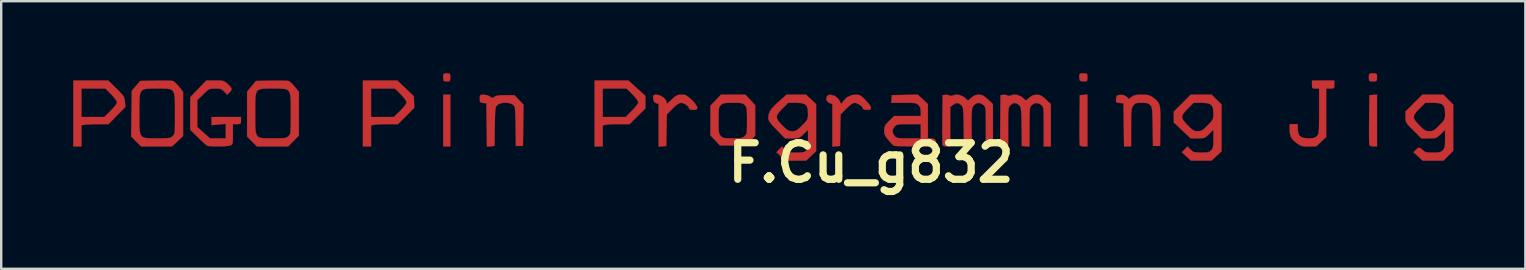
<source format=kicad_pcb>
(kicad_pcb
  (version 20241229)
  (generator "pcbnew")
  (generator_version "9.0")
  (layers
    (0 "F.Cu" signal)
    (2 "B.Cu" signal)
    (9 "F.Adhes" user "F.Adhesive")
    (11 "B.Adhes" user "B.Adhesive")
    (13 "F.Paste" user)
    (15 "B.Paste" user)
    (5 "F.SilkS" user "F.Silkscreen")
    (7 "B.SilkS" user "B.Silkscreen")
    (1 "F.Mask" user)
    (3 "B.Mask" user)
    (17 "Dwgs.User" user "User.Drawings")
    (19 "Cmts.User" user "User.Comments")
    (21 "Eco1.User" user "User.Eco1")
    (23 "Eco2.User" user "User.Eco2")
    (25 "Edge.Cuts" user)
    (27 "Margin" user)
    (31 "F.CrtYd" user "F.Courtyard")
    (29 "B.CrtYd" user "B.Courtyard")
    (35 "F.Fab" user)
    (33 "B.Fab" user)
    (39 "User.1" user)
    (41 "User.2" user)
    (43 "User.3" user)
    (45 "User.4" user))
  (footprint "F.Cu_g832"
    (layer "F.Cu")
    (at 33.237 3.73)
    (property "Reference" "F.Cu_g832" (at 0 0 0) (layer "F.SilkS") (effects (font (size 1.524 1.524) (thickness 0.3))))
    (attr through_hole)
    (fp_poly (pts (xy -17.526 -0.677) (xy -17.822 -0.677) (xy -17.822 -2.836) (xy -17.526 -2.836) (xy -17.526 -0.677)) (stroke (width 0.01) (type solid)) (fill yes) (layer "F.Cu"))
    (fp_poly (pts (xy 9.017 -0.677) (xy 8.868 -0.677) (xy 8.763 -0.691) (xy 8.701 -0.725) (xy 8.697 -0.731) (xy 8.692 -0.787) (xy 8.688 -0.915) (xy 8.686 -1.103) (xy 8.685 -1.339) (xy 8.686 -1.609) (xy 8.688 -1.8) (xy 8.7 -2.815) (xy 8.858 -2.828) (xy 9.017 -2.841) (xy 9.017 -0.677)) (stroke (width 0.01) (type solid)) (fill yes) (layer "F.Cu"))
    (fp_poly (pts (xy 21.082 -0.677) (xy 20.933 -0.677) (xy 20.828 -0.691) (xy 20.766 -0.725) (xy 20.762 -0.731) (xy 20.757 -0.787) (xy 20.753 -0.915) (xy 20.751 -1.103) (xy 20.75 -1.339) (xy 20.751 -1.609) (xy 20.753 -1.8) (xy 20.765 -2.815) (xy 20.923 -2.828) (xy 21.082 -2.841) (xy 21.082 -0.677)) (stroke (width 0.01) (type solid)) (fill yes) (layer "F.Cu"))
    (fp_poly (pts (xy -17.579 -3.72) (xy -17.537 -3.689) (xy -17.526 -3.606) (xy -17.526 -3.556) (xy -17.53 -3.448) (xy -17.558 -3.399) (xy -17.63 -3.387) (xy -17.674 -3.387) (xy -17.769 -3.392) (xy -17.811 -3.423) (xy -17.822 -3.506) (xy -17.822 -3.556) (xy -17.818 -3.664) (xy -17.79 -3.713) (xy -17.718 -3.725) (xy -17.674 -3.725) (xy -17.579 -3.72)) (stroke (width 0.01) (type solid)) (fill yes) (layer "F.Cu"))
    (fp_poly (pts (xy 21.021 -3.721) (xy 21.069 -3.693) (xy 21.082 -3.615) (xy 21.082 -3.556) (xy 21.078 -3.448) (xy 21.049 -3.399) (xy 20.972 -3.387) (xy 20.913 -3.387) (xy 20.804 -3.391) (xy 20.756 -3.419) (xy 20.744 -3.497) (xy 20.743 -3.556) (xy 20.747 -3.664) (xy 20.776 -3.713) (xy 20.853 -3.725) (xy 20.913 -3.725) (xy 21.021 -3.721)) (stroke (width 0.01) (type solid)) (fill yes) (layer "F.Cu"))
    (fp_poly (pts (xy 8.956 -3.721) (xy 9.004 -3.693) (xy 9.017 -3.615) (xy 9.017 -3.556) (xy 9.012 -3.448) (xy 8.985 -3.399) (xy 8.914 -3.387) (xy 8.876 -3.387) (xy 8.771 -3.394) (xy 8.708 -3.413) (xy 8.707 -3.415) (xy 8.687 -3.473) (xy 8.678 -3.576) (xy 8.678 -3.584) (xy 8.684 -3.675) (xy 8.717 -3.715) (xy 8.802 -3.725) (xy 8.848 -3.725) (xy 8.956 -3.721)) (stroke (width 0.01) (type solid)) (fill yes) (layer "F.Cu"))
    (fp_poly (pts (xy -9.753 -3.106) (xy -9.398 -2.784) (xy -9.398 -2.263) (xy -10.056 -1.609) (xy -10.484 -1.609) (xy -10.681 -1.606) (xy -10.861 -1.599) (xy -10.996 -1.589) (xy -11.044 -1.582) (xy -11.176 -1.556) (xy -11.176 -0.677) (xy -11.515 -0.677) (xy -11.515 -3.09) (xy -11.176 -3.09) (xy -11.176 -1.905) (xy -10.226 -1.905) (xy -9.96 -2.168) (xy -9.836 -2.3) (xy -9.744 -2.417) (xy -9.698 -2.5) (xy -9.694 -2.516) (xy -9.723 -2.585) (xy -9.798 -2.691) (xy -9.906 -2.815) (xy -9.936 -2.846) (xy -10.179 -3.09) (xy -11.176 -3.09) (xy -11.515 -3.09) (xy -11.515 -3.429) (xy -10.109 -3.429) (xy -9.753 -3.106)) (stroke (width 0.01) (type solid)) (fill yes) (layer "F.Cu"))
    (fp_poly (pts (xy -19.392 -3.101) (xy -19.044 -2.773) (xy -19.029 -2.288) (xy -19.367 -1.948) (xy -19.704 -1.609) (xy -20.134 -1.609) (xy -20.332 -1.606) (xy -20.512 -1.599) (xy -20.648 -1.589) (xy -20.696 -1.582) (xy -20.828 -1.556) (xy -20.828 -0.677) (xy -21.167 -0.677) (xy -21.167 -3.09) (xy -20.828 -3.09) (xy -20.828 -1.905) (xy -19.878 -1.905) (xy -19.612 -2.168) (xy -19.488 -2.3) (xy -19.396 -2.417) (xy -19.35 -2.5) (xy -19.346 -2.516) (xy -19.375 -2.585) (xy -19.45 -2.691) (xy -19.558 -2.815) (xy -19.588 -2.846) (xy -19.831 -3.09) (xy -20.828 -3.09) (xy -21.167 -3.09) (xy -21.167 -3.429) (xy -19.739 -3.429) (xy -19.392 -3.101)) (stroke (width 0.01) (type solid)) (fill yes) (layer "F.Cu"))
    (fp_poly (pts (xy -31.442 -3.097) (xy -31.294 -2.95) (xy -31.196 -2.843) (xy -31.136 -2.76) (xy -31.104 -2.683) (xy -31.088 -2.594) (xy -31.083 -2.547) (xy -31.062 -2.329) (xy -31.413 -1.969) (xy -31.765 -1.609) (xy -32.197 -1.609) (xy -32.395 -1.606) (xy -32.575 -1.599) (xy -32.712 -1.589) (xy -32.761 -1.582) (xy -32.893 -1.556) (xy -32.893 -0.677) (xy -33.232 -0.677) (xy -33.232 -3.09) (xy -32.893 -3.09) (xy -32.893 -1.905) (xy -31.943 -1.905) (xy -31.677 -2.168) (xy -31.553 -2.3) (xy -31.461 -2.417) (xy -31.415 -2.5) (xy -31.411 -2.516) (xy -31.44 -2.585) (xy -31.515 -2.691) (xy -31.623 -2.815) (xy -31.653 -2.846) (xy -31.896 -3.09) (xy -32.893 -3.09) (xy -33.232 -3.09) (xy -33.232 -3.429) (xy -31.781 -3.429) (xy -31.442 -3.097)) (stroke (width 0.01) (type solid)) (fill yes) (layer "F.Cu"))
    (fp_poly (pts (xy -0.531 -2.83) (xy -0.449 -2.801) (xy -0.36 -2.737) (xy -0.241 -2.625) (xy -0.226 -2.61) (xy -0.106 -2.477) (xy -0.026 -2.364) (xy 0 -2.292) (xy -0.012 -2.233) (xy -0.064 -2.207) (xy -0.169 -2.201) (xy -0.289 -2.213) (xy -0.337 -2.249) (xy -0.339 -2.262) (xy -0.374 -2.333) (xy -0.462 -2.408) (xy -0.573 -2.47) (xy -0.678 -2.498) (xy -0.685 -2.498) (xy -0.783 -2.462) (xy -0.921 -2.355) (xy -1.027 -2.254) (xy -1.268 -2.011) (xy -1.279 -1.355) (xy -1.291 -0.699) (xy -1.45 -0.685) (xy -1.609 -0.672) (xy -1.609 -2.454) (xy -1.715 -2.48) (xy -1.81 -2.536) (xy -1.858 -2.624) (xy -1.857 -2.721) (xy -1.81 -2.799) (xy -1.716 -2.835) (xy -1.705 -2.835) (xy -1.522 -2.793) (xy -1.375 -2.678) (xy -1.312 -2.583) (xy -1.241 -2.445) (xy -1.146 -2.578) (xy -0.987 -2.736) (xy -0.785 -2.821) (xy -0.631 -2.836) (xy -0.531 -2.83)) (stroke (width 0.01) (type solid)) (fill yes) (layer "F.Cu"))
    (fp_poly (pts (xy -7.787 -2.831) (xy -7.701 -2.805) (xy -7.611 -2.746) (xy -7.493 -2.641) (xy -7.469 -2.619) (xy -7.323 -2.464) (xy -7.249 -2.346) (xy -7.239 -2.301) (xy -7.249 -2.237) (xy -7.296 -2.208) (xy -7.402 -2.201) (xy -7.408 -2.201) (xy -7.529 -2.213) (xy -7.576 -2.25) (xy -7.578 -2.262) (xy -7.614 -2.339) (xy -7.703 -2.417) (xy -7.815 -2.477) (xy -7.913 -2.498) (xy -8.001 -2.473) (xy -8.115 -2.395) (xy -8.264 -2.256) (xy -8.266 -2.254) (xy -8.507 -2.011) (xy -8.518 -1.355) (xy -8.53 -0.699) (xy -8.689 -0.685) (xy -8.848 -0.672) (xy -8.848 -2.454) (xy -8.949 -2.479) (xy -9.032 -2.529) (xy -9.071 -2.638) (xy -9.071 -2.639) (xy -9.081 -2.758) (xy -9.052 -2.817) (xy -8.973 -2.836) (xy -8.94 -2.836) (xy -8.8 -2.807) (xy -8.664 -2.732) (xy -8.561 -2.632) (xy -8.526 -2.561) (xy -8.499 -2.453) (xy -8.294 -2.645) (xy -8.174 -2.751) (xy -8.081 -2.809) (xy -7.987 -2.832) (xy -7.894 -2.836) (xy -7.787 -2.831)) (stroke (width 0.01) (type solid)) (fill yes) (layer "F.Cu"))
    (fp_poly (pts (xy 19.304 -3.26) (xy 19.3 -3.151) (xy 19.271 -3.103) (xy 19.194 -3.091) (xy 19.135 -3.09) (xy 18.965 -3.09) (xy 18.965 -1.07) (xy 18.755 -0.874) (xy 18.546 -0.677) (xy 18.232 -0.677) (xy 18.065 -0.68) (xy 17.951 -0.696) (xy 17.86 -0.732) (xy 17.759 -0.8) (xy 17.72 -0.829) (xy 17.572 -0.959) (xy 17.487 -1.089) (xy 17.448 -1.248) (xy 17.441 -1.4) (xy 17.441 -1.609) (xy 17.78 -1.609) (xy 17.78 -1.404) (xy 17.801 -1.227) (xy 17.869 -1.109) (xy 17.994 -1.041) (xy 18.185 -1.017) (xy 18.23 -1.016) (xy 18.385 -1.022) (xy 18.485 -1.045) (xy 18.557 -1.094) (xy 18.577 -1.114) (xy 18.607 -1.149) (xy 18.63 -1.19) (xy 18.646 -1.249) (xy 18.657 -1.336) (xy 18.664 -1.464) (xy 18.667 -1.643) (xy 18.669 -1.886) (xy 18.669 -2.151) (xy 18.669 -3.09) (xy 18.521 -3.09) (xy 18.426 -3.095) (xy 18.384 -3.127) (xy 18.373 -3.21) (xy 18.373 -3.26) (xy 18.373 -3.429) (xy 19.304 -3.429) (xy 19.304 -3.26)) (stroke (width 0.01) (type solid)) (fill yes) (layer "F.Cu"))
    (fp_poly (pts (xy -15.974 -2.81) (xy -15.869 -2.755) (xy -15.794 -2.702) (xy -15.742 -2.704) (xy -15.691 -2.744) (xy -15.629 -2.781) (xy -15.532 -2.803) (xy -15.381 -2.813) (xy -15.233 -2.815) (xy -14.853 -2.815) (xy -14.476 -2.416) (xy -14.488 -1.557) (xy -14.499 -0.699) (xy -14.796 -0.699) (xy -14.807 -1.518) (xy -14.811 -1.801) (xy -14.816 -2.012) (xy -14.824 -2.162) (xy -14.834 -2.265) (xy -14.85 -2.332) (xy -14.872 -2.375) (xy -14.902 -2.407) (xy -14.913 -2.416) (xy -15.038 -2.477) (xy -15.201 -2.501) (xy -15.37 -2.49) (xy -15.512 -2.444) (xy -15.57 -2.401) (xy -15.602 -2.362) (xy -15.626 -2.315) (xy -15.643 -2.248) (xy -15.655 -2.147) (xy -15.663 -2) (xy -15.668 -1.794) (xy -15.673 -1.517) (xy -15.673 -1.501) (xy -15.684 -0.699) (xy -15.842 -0.685) (xy -16 -0.672) (xy -16.012 -1.574) (xy -16.023 -2.477) (xy -16.161 -2.49) (xy -16.25 -2.505) (xy -16.289 -2.546) (xy -16.298 -2.639) (xy -16.298 -2.67) (xy -16.294 -2.777) (xy -16.265 -2.824) (xy -16.186 -2.836) (xy -16.134 -2.836) (xy -15.974 -2.81)) (stroke (width 0.01) (type solid)) (fill yes) (layer "F.Cu"))
    (fp_poly (pts (xy -5.029 -2.62) (xy -4.826 -2.403) (xy -4.826 -1.134) (xy -4.999 -0.927) (xy -5.173 -0.72) (xy -6.296 -0.72) (xy -6.492 -0.93) (xy -6.689 -1.139) (xy -6.689 -1.763) (xy -6.35 -1.763) (xy -6.349 -1.535) (xy -6.344 -1.375) (xy -6.334 -1.268) (xy -6.315 -1.197) (xy -6.285 -1.146) (xy -6.258 -1.114) (xy -6.207 -1.068) (xy -6.147 -1.039) (xy -6.057 -1.023) (xy -5.917 -1.017) (xy -5.763 -1.016) (xy -5.57 -1.018) (xy -5.441 -1.027) (xy -5.356 -1.047) (xy -5.295 -1.08) (xy -5.263 -1.108) (xy -5.222 -1.151) (xy -5.195 -1.2) (xy -5.178 -1.272) (xy -5.169 -1.384) (xy -5.165 -1.549) (xy -5.165 -1.751) (xy -5.166 -1.979) (xy -5.17 -2.139) (xy -5.181 -2.246) (xy -5.2 -2.317) (xy -5.229 -2.368) (xy -5.257 -2.4) (xy -5.308 -2.446) (xy -5.368 -2.475) (xy -5.458 -2.49) (xy -5.597 -2.497) (xy -5.751 -2.498) (xy -5.945 -2.495) (xy -6.074 -2.487) (xy -6.159 -2.467) (xy -6.22 -2.433) (xy -6.252 -2.406) (xy -6.292 -2.363) (xy -6.32 -2.314) (xy -6.337 -2.241) (xy -6.346 -2.13) (xy -6.349 -1.964) (xy -6.35 -1.763) (xy -6.689 -1.763) (xy -6.689 -2.376) (xy -6.253 -2.836) (xy -5.232 -2.836) (xy -5.029 -2.62)) (stroke (width 0.01) (type solid)) (fill yes) (layer "F.Cu"))
    (fp_poly (pts (xy -27.151 -3.428) (xy -27.034 -3.418) (xy -26.952 -3.394) (xy -26.88 -3.348) (xy -26.797 -3.276) (xy -26.685 -3.165) (xy -26.638 -3.084) (xy -26.652 -3.012) (xy -26.723 -2.931) (xy -26.726 -2.928) (xy -26.824 -2.836) (xy -26.945 -2.963) (xy -27.024 -3.036) (xy -27.104 -3.074) (xy -27.215 -3.089) (xy -27.322 -3.09) (xy -27.45 -3.088) (xy -27.541 -3.074) (xy -27.619 -3.034) (xy -27.709 -2.959) (xy -27.822 -2.848) (xy -28.067 -2.606) (xy -28.067 -1.488) (xy -27.802 -1.252) (xy -27.538 -1.016) (xy -27.21 -1.016) (xy -26.882 -1.016) (xy -26.882 -1.621) (xy -27.178 -1.593) (xy -27.474 -1.566) (xy -27.474 -1.905) (xy -26.247 -1.905) (xy -26.247 -1.757) (xy -26.252 -1.662) (xy -26.283 -1.62) (xy -26.366 -1.609) (xy -26.416 -1.609) (xy -26.585 -1.609) (xy -26.585 -1.184) (xy -26.586 -0.991) (xy -26.591 -0.866) (xy -26.605 -0.792) (xy -26.631 -0.751) (xy -26.673 -0.727) (xy -26.694 -0.719) (xy -26.783 -0.702) (xy -26.931 -0.689) (xy -27.112 -0.683) (xy -27.3 -0.681) (xy -27.471 -0.686) (xy -27.598 -0.697) (xy -27.644 -0.707) (xy -27.699 -0.744) (xy -27.798 -0.829) (xy -27.926 -0.947) (xy -28.035 -1.052) (xy -28.363 -1.374) (xy -28.362 -2.052) (xy -28.361 -2.731) (xy -27.688 -3.429) (xy -27.327 -3.429) (xy -27.151 -3.428)) (stroke (width 0.01) (type solid)) (fill yes) (layer "F.Cu"))
    (fp_poly (pts (xy 11.452 -2.833) (xy 11.565 -2.817) (xy 11.657 -2.779) (xy 11.757 -2.711) (xy 11.776 -2.697) (xy 11.87 -2.622) (xy 11.941 -2.553) (xy 11.992 -2.476) (xy 12.026 -2.378) (xy 12.046 -2.247) (xy 12.056 -2.07) (xy 12.057 -1.834) (xy 12.054 -1.526) (xy 12.054 -1.524) (xy 12.044 -0.699) (xy 11.748 -0.699) (xy 11.736 -1.501) (xy 11.731 -1.782) (xy 11.726 -1.991) (xy 11.718 -2.141) (xy 11.707 -2.244) (xy 11.69 -2.313) (xy 11.667 -2.36) (xy 11.635 -2.399) (xy 11.633 -2.401) (xy 11.566 -2.456) (xy 11.481 -2.486) (xy 11.35 -2.497) (xy 11.277 -2.498) (xy 11.128 -2.494) (xy 11.037 -2.478) (xy 10.976 -2.438) (xy 10.925 -2.375) (xy 10.894 -2.326) (xy 10.871 -2.269) (xy 10.856 -2.192) (xy 10.846 -2.08) (xy 10.84 -1.922) (xy 10.838 -1.703) (xy 10.837 -1.465) (xy 10.837 -0.677) (xy 10.543 -0.677) (xy 10.531 -1.577) (xy 10.52 -2.477) (xy 10.359 -2.49) (xy 10.254 -2.503) (xy 10.212 -2.538) (xy 10.207 -2.619) (xy 10.211 -2.659) (xy 10.226 -2.761) (xy 10.266 -2.808) (xy 10.358 -2.826) (xy 10.387 -2.829) (xy 10.529 -2.821) (xy 10.636 -2.761) (xy 10.649 -2.749) (xy 10.748 -2.657) (xy 10.862 -2.747) (xy 10.943 -2.796) (xy 11.043 -2.824) (xy 11.19 -2.835) (xy 11.284 -2.836) (xy 11.452 -2.833)) (stroke (width 0.01) (type solid)) (fill yes) (layer "F.Cu"))
    (fp_poly (pts (xy -29.384 -3.422) (xy -29.22 -3.419) (xy -29.115 -3.412) (xy -29.094 -3.409) (xy -29.019 -3.364) (xy -28.918 -3.272) (xy -28.829 -3.171) (xy -28.66 -2.956) (xy -28.66 -1.113) (xy -28.89 -0.895) (xy -29.12 -0.677) (xy -30.407 -0.677) (xy -30.823 -1.093) (xy -30.81 -2.045) (xy -30.806 -2.38) (xy -30.48 -2.38) (xy -30.48 -2.059) (xy -30.48 -1.735) (xy -30.476 -1.487) (xy -30.462 -1.303) (xy -30.429 -1.174) (xy -30.372 -1.091) (xy -30.282 -1.043) (xy -30.155 -1.022) (xy -29.981 -1.016) (xy -29.756 -1.016) (xy -29.745 -1.016) (xy -29.517 -1.017) (xy -29.357 -1.022) (xy -29.25 -1.032) (xy -29.179 -1.051) (xy -29.128 -1.081) (xy -29.096 -1.108) (xy -29.063 -1.142) (xy -29.038 -1.181) (xy -29.021 -1.236) (xy -29.009 -1.32) (xy -29.003 -1.446) (xy -28.999 -1.624) (xy -28.998 -1.868) (xy -28.998 -2.047) (xy -28.998 -2.371) (xy -29.002 -2.62) (xy -29.017 -2.804) (xy -29.049 -2.932) (xy -29.107 -3.015) (xy -29.196 -3.063) (xy -29.324 -3.085) (xy -29.497 -3.091) (xy -29.723 -3.09) (xy -29.733 -3.09) (xy -29.966 -3.091) (xy -30.145 -3.085) (xy -30.277 -3.064) (xy -30.368 -3.018) (xy -30.428 -2.936) (xy -30.461 -2.809) (xy -30.476 -2.627) (xy -30.48 -2.38) (xy -30.806 -2.38) (xy -30.797 -2.997) (xy -30.449 -3.408) (xy -29.819 -3.42) (xy -29.589 -3.423) (xy -29.384 -3.422)) (stroke (width 0.01) (type solid)) (fill yes) (layer "F.Cu"))
    (fp_poly (pts (xy -24.56 -3.422) (xy -24.397 -3.419) (xy -24.293 -3.413) (xy -24.271 -3.41) (xy -24.198 -3.366) (xy -24.099 -3.274) (xy -24.007 -3.17) (xy -23.834 -2.952) (xy -23.834 -1.13) (xy -24.06 -0.904) (xy -24.286 -0.677) (xy -25.581 -0.677) (xy -25.787 -0.883) (xy -25.993 -1.089) (xy -25.993 -2.38) (xy -25.654 -2.38) (xy -25.654 -2.059) (xy -25.654 -1.735) (xy -25.65 -1.487) (xy -25.636 -1.303) (xy -25.603 -1.174) (xy -25.546 -1.091) (xy -25.456 -1.043) (xy -25.329 -1.022) (xy -25.155 -1.016) (xy -24.93 -1.016) (xy -24.919 -1.016) (xy -24.691 -1.017) (xy -24.531 -1.022) (xy -24.424 -1.032) (xy -24.353 -1.051) (xy -24.302 -1.081) (xy -24.27 -1.108) (xy -24.237 -1.142) (xy -24.212 -1.181) (xy -24.195 -1.236) (xy -24.183 -1.32) (xy -24.177 -1.446) (xy -24.173 -1.624) (xy -24.172 -1.868) (xy -24.172 -2.047) (xy -24.172 -2.371) (xy -24.176 -2.62) (xy -24.191 -2.804) (xy -24.223 -2.932) (xy -24.281 -3.015) (xy -24.37 -3.063) (xy -24.498 -3.085) (xy -24.671 -3.091) (xy -24.897 -3.09) (xy -24.907 -3.09) (xy -25.14 -3.091) (xy -25.319 -3.085) (xy -25.451 -3.064) (xy -25.542 -3.018) (xy -25.602 -2.936) (xy -25.635 -2.809) (xy -25.65 -2.627) (xy -25.654 -2.38) (xy -25.993 -2.38) (xy -25.993 -2.96) (xy -25.81 -3.184) (xy -25.628 -3.408) (xy -24.995 -3.42) (xy -24.766 -3.423) (xy -24.56 -3.422)) (stroke (width 0.01) (type solid)) (fill yes) (layer "F.Cu"))
    (fp_poly (pts (xy 2.371 -2.444) (xy 2.371 -1.021) (xy 2.529 -1.008) (xy 2.633 -0.993) (xy 2.678 -0.956) (xy 2.688 -0.869) (xy 2.688 -0.847) (xy 2.688 -0.699) (xy 1.841 -0.688) (xy 1.58 -0.686) (xy 1.347 -0.688) (xy 1.156 -0.692) (xy 1.019 -0.699) (xy 0.952 -0.708) (xy 0.948 -0.709) (xy 0.897 -0.756) (xy 0.812 -0.847) (xy 0.726 -0.944) (xy 0.625 -1.071) (xy 0.572 -1.171) (xy 0.557 -1.251) (xy 0.902 -1.251) (xy 0.979 -1.116) (xy 0.981 -1.114) (xy 1.026 -1.072) (xy 1.078 -1.044) (xy 1.155 -1.027) (xy 1.274 -1.019) (xy 1.452 -1.016) (xy 1.574 -1.016) (xy 2.074 -1.016) (xy 2.074 -1.609) (xy 1.58 -1.609) (xy 1.364 -1.607) (xy 1.216 -1.601) (xy 1.118 -1.588) (xy 1.052 -1.565) (xy 1.002 -1.53) (xy 0.987 -1.517) (xy 0.905 -1.39) (xy 0.902 -1.251) (xy 0.557 -1.251) (xy 0.552 -1.277) (xy 0.55 -1.342) (xy 0.556 -1.453) (xy 0.584 -1.539) (xy 0.647 -1.627) (xy 0.756 -1.742) (xy 0.962 -1.947) (xy 1.518 -1.947) (xy 2.074 -1.947) (xy 2.074 -2.13) (xy 2.058 -2.279) (xy 1.999 -2.383) (xy 1.976 -2.406) (xy 1.928 -2.445) (xy 1.87 -2.471) (xy 1.786 -2.487) (xy 1.659 -2.495) (xy 1.472 -2.497) (xy 1.36 -2.498) (xy 0.842 -2.498) (xy 0.868 -2.815) (xy 1.408 -2.827) (xy 1.948 -2.839) (xy 2.371 -2.444)) (stroke (width 0.01) (type solid)) (fill yes) (layer "F.Cu"))
    (fp_poly (pts (xy 14.399 -2.631) (xy 14.605 -2.425) (xy 14.605 -0.477) (xy 14.185 -0.085) (xy 13.333 -0.085) (xy 12.951 -0.437) (xy 13.067 -0.557) (xy 13.182 -0.678) (xy 13.313 -0.551) (xy 13.388 -0.485) (xy 13.459 -0.447) (xy 13.554 -0.429) (xy 13.698 -0.424) (xy 13.764 -0.423) (xy 13.934 -0.427) (xy 14.043 -0.44) (xy 14.115 -0.47) (xy 14.174 -0.521) (xy 14.174 -0.521) (xy 14.219 -0.58) (xy 14.247 -0.652) (xy 14.261 -0.758) (xy 14.266 -0.92) (xy 14.266 -0.996) (xy 14.266 -1.372) (xy 14.085 -1.194) (xy 13.986 -1.101) (xy 13.907 -1.047) (xy 13.819 -1.023) (xy 13.691 -1.017) (xy 13.609 -1.017) (xy 13.314 -1.018) (xy 12.615 -1.677) (xy 12.615 -1.873) (xy 12.964 -1.873) (xy 13.018 -1.758) (xy 13.138 -1.616) (xy 13.196 -1.557) (xy 13.323 -1.433) (xy 13.416 -1.36) (xy 13.495 -1.324) (xy 13.583 -1.313) (xy 13.61 -1.312) (xy 13.704 -1.319) (xy 13.783 -1.347) (xy 13.87 -1.409) (xy 13.986 -1.518) (xy 14.024 -1.557) (xy 14.144 -1.68) (xy 14.216 -1.768) (xy 14.252 -1.846) (xy 14.265 -1.939) (xy 14.266 -2.052) (xy 14.254 -2.243) (xy 14.207 -2.372) (xy 14.115 -2.45) (xy 13.964 -2.488) (xy 13.763 -2.498) (xy 13.443 -2.498) (xy 13.199 -2.256) (xy 13.054 -2.102) (xy 12.976 -1.981) (xy 12.964 -1.873) (xy 12.615 -1.873) (xy 12.615 -2.132) (xy 12.967 -2.484) (xy 13.319 -2.836) (xy 14.194 -2.836) (xy 14.399 -2.631)) (stroke (width 0.01) (type solid)) (fill yes) (layer "F.Cu"))
    (fp_poly (pts (xy 3.692 -2.823) (xy 3.85 -2.754) (xy 3.905 -2.714) (xy 4.044 -2.591) (xy 4.182 -2.714) (xy 4.314 -2.804) (xy 4.457 -2.836) (xy 4.49 -2.836) (xy 4.595 -2.827) (xy 4.687 -2.79) (xy 4.792 -2.711) (xy 4.87 -2.64) (xy 5.08 -2.444) (xy 5.08 -0.677) (xy 4.784 -0.677) (xy 4.784 -1.495) (xy 4.783 -1.778) (xy 4.781 -1.988) (xy 4.777 -2.139) (xy 4.768 -2.242) (xy 4.753 -2.31) (xy 4.731 -2.355) (xy 4.702 -2.39) (xy 4.686 -2.406) (xy 4.552 -2.485) (xy 4.417 -2.485) (xy 4.296 -2.407) (xy 4.279 -2.386) (xy 4.248 -2.342) (xy 4.225 -2.29) (xy 4.21 -2.217) (xy 4.2 -2.111) (xy 4.194 -1.958) (xy 4.192 -1.746) (xy 4.191 -1.473) (xy 4.191 -0.672) (xy 4.032 -0.685) (xy 3.873 -0.699) (xy 3.862 -1.501) (xy 3.857 -1.782) (xy 3.852 -1.991) (xy 3.844 -2.141) (xy 3.833 -2.244) (xy 3.816 -2.313) (xy 3.793 -2.36) (xy 3.761 -2.399) (xy 3.759 -2.401) (xy 3.652 -2.481) (xy 3.543 -2.485) (xy 3.415 -2.411) (xy 3.414 -2.41) (xy 3.302 -2.322) (xy 3.302 -0.677) (xy 3.153 -0.677) (xy 3.048 -0.691) (xy 2.986 -0.725) (xy 2.982 -0.731) (xy 2.977 -0.787) (xy 2.973 -0.915) (xy 2.971 -1.103) (xy 2.97 -1.339) (xy 2.971 -1.609) (xy 2.973 -1.8) (xy 2.985 -2.815) (xy 3.103 -2.829) (xy 3.209 -2.825) (xy 3.274 -2.799) (xy 3.354 -2.781) (xy 3.388 -2.796) (xy 3.527 -2.839) (xy 3.692 -2.823)) (stroke (width 0.01) (type solid)) (fill yes) (layer "F.Cu"))
    (fp_poly (pts (xy -2.496 -2.64) (xy -2.286 -2.444) (xy -2.286 -0.477) (xy -2.706 -0.085) (xy -3.558 -0.085) (xy -3.94 -0.437) (xy -3.824 -0.557) (xy -3.709 -0.678) (xy -3.578 -0.551) (xy -3.506 -0.487) (xy -3.438 -0.449) (xy -3.348 -0.43) (xy -3.213 -0.424) (xy -3.105 -0.423) (xy -2.91 -0.428) (xy -2.776 -0.45) (xy -2.692 -0.504) (xy -2.647 -0.603) (xy -2.628 -0.761) (xy -2.625 -0.975) (xy -2.625 -1.372) (xy -2.806 -1.194) (xy -2.905 -1.101) (xy -2.983 -1.048) (xy -3.071 -1.023) (xy -3.199 -1.016) (xy -3.286 -1.016) (xy -3.583 -1.016) (xy -3.929 -1.371) (xy -4.08 -1.528) (xy -4.18 -1.642) (xy -4.239 -1.727) (xy -4.268 -1.799) (xy -4.276 -1.872) (xy -4.276 -1.873) (xy -3.927 -1.873) (xy -3.873 -1.758) (xy -3.753 -1.616) (xy -3.695 -1.557) (xy -3.568 -1.433) (xy -3.475 -1.36) (xy -3.396 -1.324) (xy -3.308 -1.313) (xy -3.281 -1.312) (xy -3.187 -1.319) (xy -3.108 -1.347) (xy -3.021 -1.409) (xy -2.905 -1.518) (xy -2.867 -1.557) (xy -2.747 -1.68) (xy -2.675 -1.768) (xy -2.639 -1.846) (xy -2.626 -1.939) (xy -2.625 -2.052) (xy -2.637 -2.243) (xy -2.684 -2.372) (xy -2.776 -2.45) (xy -2.927 -2.488) (xy -3.128 -2.498) (xy -3.448 -2.498) (xy -3.692 -2.256) (xy -3.837 -2.102) (xy -3.915 -1.981) (xy -3.927 -1.873) (xy -4.276 -1.873) (xy -4.276 -1.881) (xy -4.263 -2.012) (xy -4.219 -2.133) (xy -4.133 -2.26) (xy -3.996 -2.407) (xy -3.838 -2.553) (xy -3.522 -2.836) (xy -2.706 -2.836) (xy -2.496 -2.64)) (stroke (width 0.01) (type solid)) (fill yes) (layer "F.Cu"))
    (fp_poly (pts (xy 24.051 -2.631) (xy 24.257 -2.425) (xy 24.257 -0.496) (xy 23.846 -0.085) (xy 22.985 -0.085) (xy 22.604 -0.436) (xy 22.697 -0.536) (xy 22.79 -0.616) (xy 22.869 -0.623) (xy 22.959 -0.558) (xy 22.987 -0.529) (xy 23.047 -0.475) (xy 23.115 -0.443) (xy 23.216 -0.428) (xy 23.372 -0.423) (xy 23.41 -0.423) (xy 23.582 -0.426) (xy 23.692 -0.44) (xy 23.764 -0.468) (xy 23.823 -0.517) (xy 23.826 -0.521) (xy 23.871 -0.58) (xy 23.899 -0.652) (xy 23.913 -0.758) (xy 23.918 -0.92) (xy 23.918 -0.996) (xy 23.918 -1.372) (xy 23.737 -1.194) (xy 23.641 -1.103) (xy 23.564 -1.05) (xy 23.48 -1.024) (xy 23.358 -1.017) (xy 23.242 -1.016) (xy 22.929 -1.016) (xy 22.598 -1.347) (xy 22.454 -1.492) (xy 22.359 -1.595) (xy 22.304 -1.674) (xy 22.277 -1.745) (xy 22.268 -1.826) (xy 22.268 -1.873) (xy 22.616 -1.873) (xy 22.67 -1.758) (xy 22.79 -1.616) (xy 22.848 -1.557) (xy 22.975 -1.433) (xy 23.068 -1.36) (xy 23.147 -1.324) (xy 23.235 -1.313) (xy 23.262 -1.312) (xy 23.356 -1.319) (xy 23.435 -1.347) (xy 23.522 -1.409) (xy 23.638 -1.518) (xy 23.676 -1.557) (xy 23.796 -1.68) (xy 23.868 -1.768) (xy 23.904 -1.846) (xy 23.917 -1.939) (xy 23.918 -2.052) (xy 23.906 -2.243) (xy 23.859 -2.372) (xy 23.767 -2.45) (xy 23.616 -2.488) (xy 23.415 -2.498) (xy 23.095 -2.498) (xy 22.851 -2.256) (xy 22.706 -2.102) (xy 22.628 -1.981) (xy 22.616 -1.873) (xy 22.268 -1.873) (xy 22.267 -1.905) (xy 22.267 -2.132) (xy 22.619 -2.484) (xy 22.971 -2.836) (xy 23.846 -2.836) (xy 24.051 -2.631)) (stroke (width 0.01) (type solid)) (fill yes) (layer "F.Cu"))
    (fp_poly (pts (xy 6.105 -2.823) (xy 6.263 -2.754) (xy 6.318 -2.714) (xy 6.457 -2.591) (xy 6.595 -2.714) (xy 6.727 -2.804) (xy 6.87 -2.836) (xy 6.903 -2.836) (xy 7.008 -2.827) (xy 7.1 -2.79) (xy 7.205 -2.711) (xy 7.283 -2.64) (xy 7.493 -2.444) (xy 7.493 -0.677) (xy 7.197 -0.677) (xy 7.197 -1.495) (xy 7.196 -1.778) (xy 7.194 -1.988) (xy 7.19 -2.139) (xy 7.181 -2.242) (xy 7.166 -2.31) (xy 7.144 -2.355) (xy 7.115 -2.39) (xy 7.099 -2.406) (xy 6.964 -2.484) (xy 6.825 -2.483) (xy 6.698 -2.402) (xy 6.696 -2.4) (xy 6.664 -2.362) (xy 6.641 -2.317) (xy 6.624 -2.254) (xy 6.614 -2.159) (xy 6.608 -2.02) (xy 6.605 -1.824) (xy 6.604 -1.559) (xy 6.604 -1.487) (xy 6.604 -0.672) (xy 6.445 -0.685) (xy 6.287 -0.699) (xy 6.275 -1.501) (xy 6.27 -1.782) (xy 6.265 -1.991) (xy 6.257 -2.141) (xy 6.246 -2.244) (xy 6.229 -2.313) (xy 6.206 -2.36) (xy 6.174 -2.399) (xy 6.172 -2.401) (xy 6.051 -2.483) (xy 5.926 -2.482) (xy 5.807 -2.4) (xy 5.775 -2.362) (xy 5.752 -2.317) (xy 5.735 -2.254) (xy 5.725 -2.158) (xy 5.718 -2.019) (xy 5.716 -1.823) (xy 5.715 -1.557) (xy 5.715 -1.49) (xy 5.715 -0.677) (xy 5.566 -0.677) (xy 5.461 -0.691) (xy 5.399 -0.725) (xy 5.395 -0.731) (xy 5.39 -0.787) (xy 5.386 -0.915) (xy 5.384 -1.103) (xy 5.383 -1.339) (xy 5.384 -1.609) (xy 5.386 -1.8) (xy 5.397 -2.815) (xy 5.516 -2.829) (xy 5.622 -2.825) (xy 5.687 -2.799) (xy 5.768 -2.781) (xy 5.801 -2.796) (xy 5.94 -2.839) (xy 6.105 -2.823)) (stroke (width 0.01) (type solid)) (fill yes) (layer "F.Cu")))
  (gr_rect
    (start -3 -3)
    (end 60.499 8.148)
    (stroke (width 0.1) (type default))
    (fill no)
    (layer "Edge.Cuts")))
</source>
